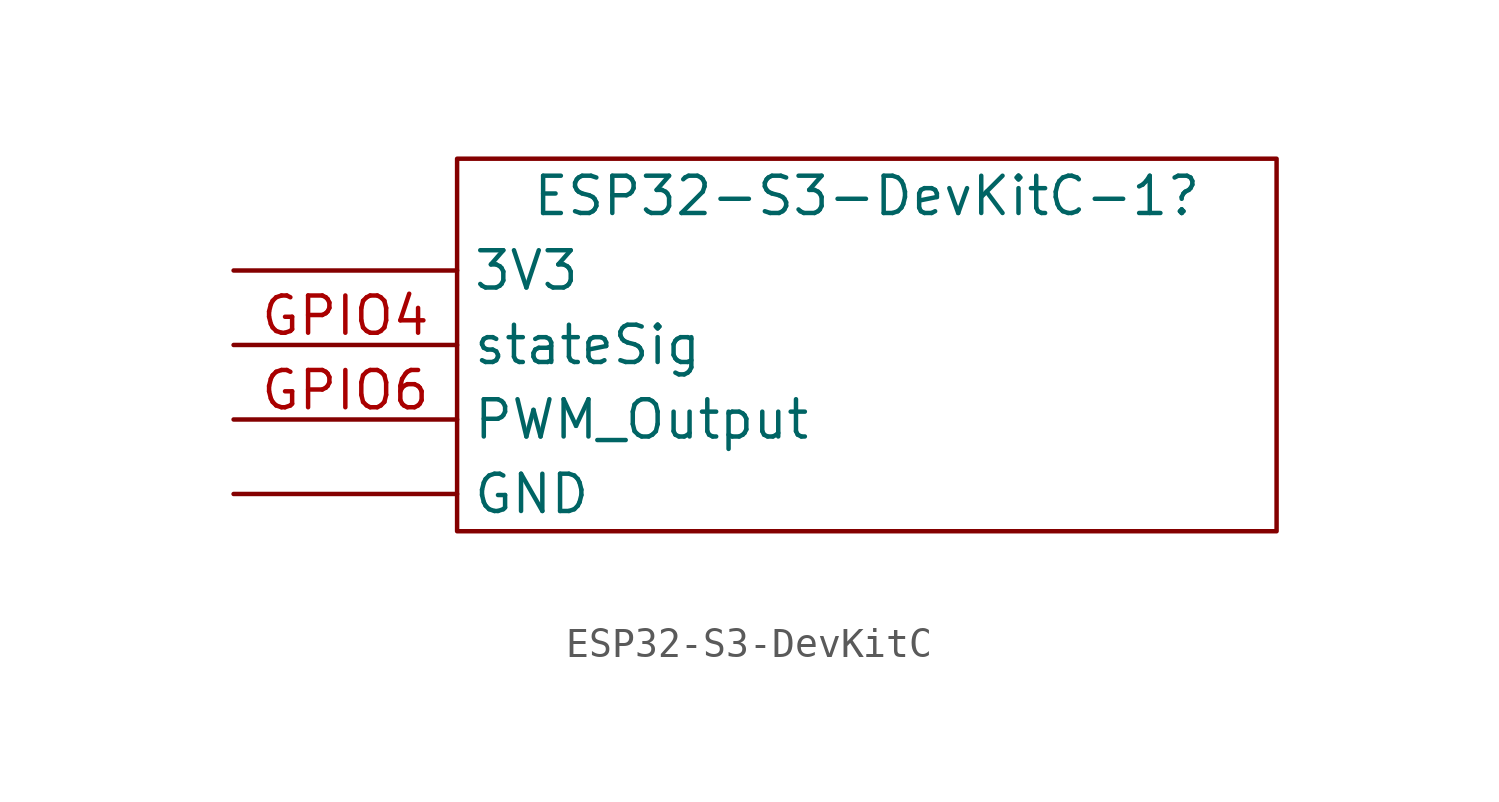
<source format=kicad_sym>
(kicad_symbol_lib
  (version 20220914)
  (generator kicad_symbol_editor)
  (symbol "ESP32-S3-DevKitC"
    (property "Reference" "ESP32-S3-DevKitC-1"
      (at 0 12.7 0)
      (effects (font (size 1.27 1.27))))
    (property "Value" ""
      (at 0 0 0)
      (effects (font (size 1.27 1.27))))
    (symbol "ESP32-S3-DevKitC_0_1"
      (rectangle (start -13.97 13.97) (end 13.97 1.27) (stroke (width 0) (type default)) (fill (type none))))
    (symbol "ESP32-S3-DevKitC_1_1"
      (pin input line (at -21.59 10.16 0) (length 7.62) (name "3V3" (effects (font (size 1.27 1.27)))) (number "" (effects (font (size 1.27 1.27)))))
      (pin input line (at -21.59 2.54 0) (length 7.62) (name "GND" (effects (font (size 1.27 1.27)))) (number "" (effects (font (size 1.27 1.27)))))
      (pin output line (at -21.59 7.62 0) (length 7.62) (name "stateSig" (effects (font (size 1.27 1.27)))) (number "GPIO4" (effects (font (size 1.27 1.27)))))
      (pin output line (at -21.59 5.08 0) (length 7.62) (name "PWM_Output" (effects (font (size 1.27 1.27)))) (number "GPIO6" (effects (font (size 1.27 1.27))))))))
</source>
